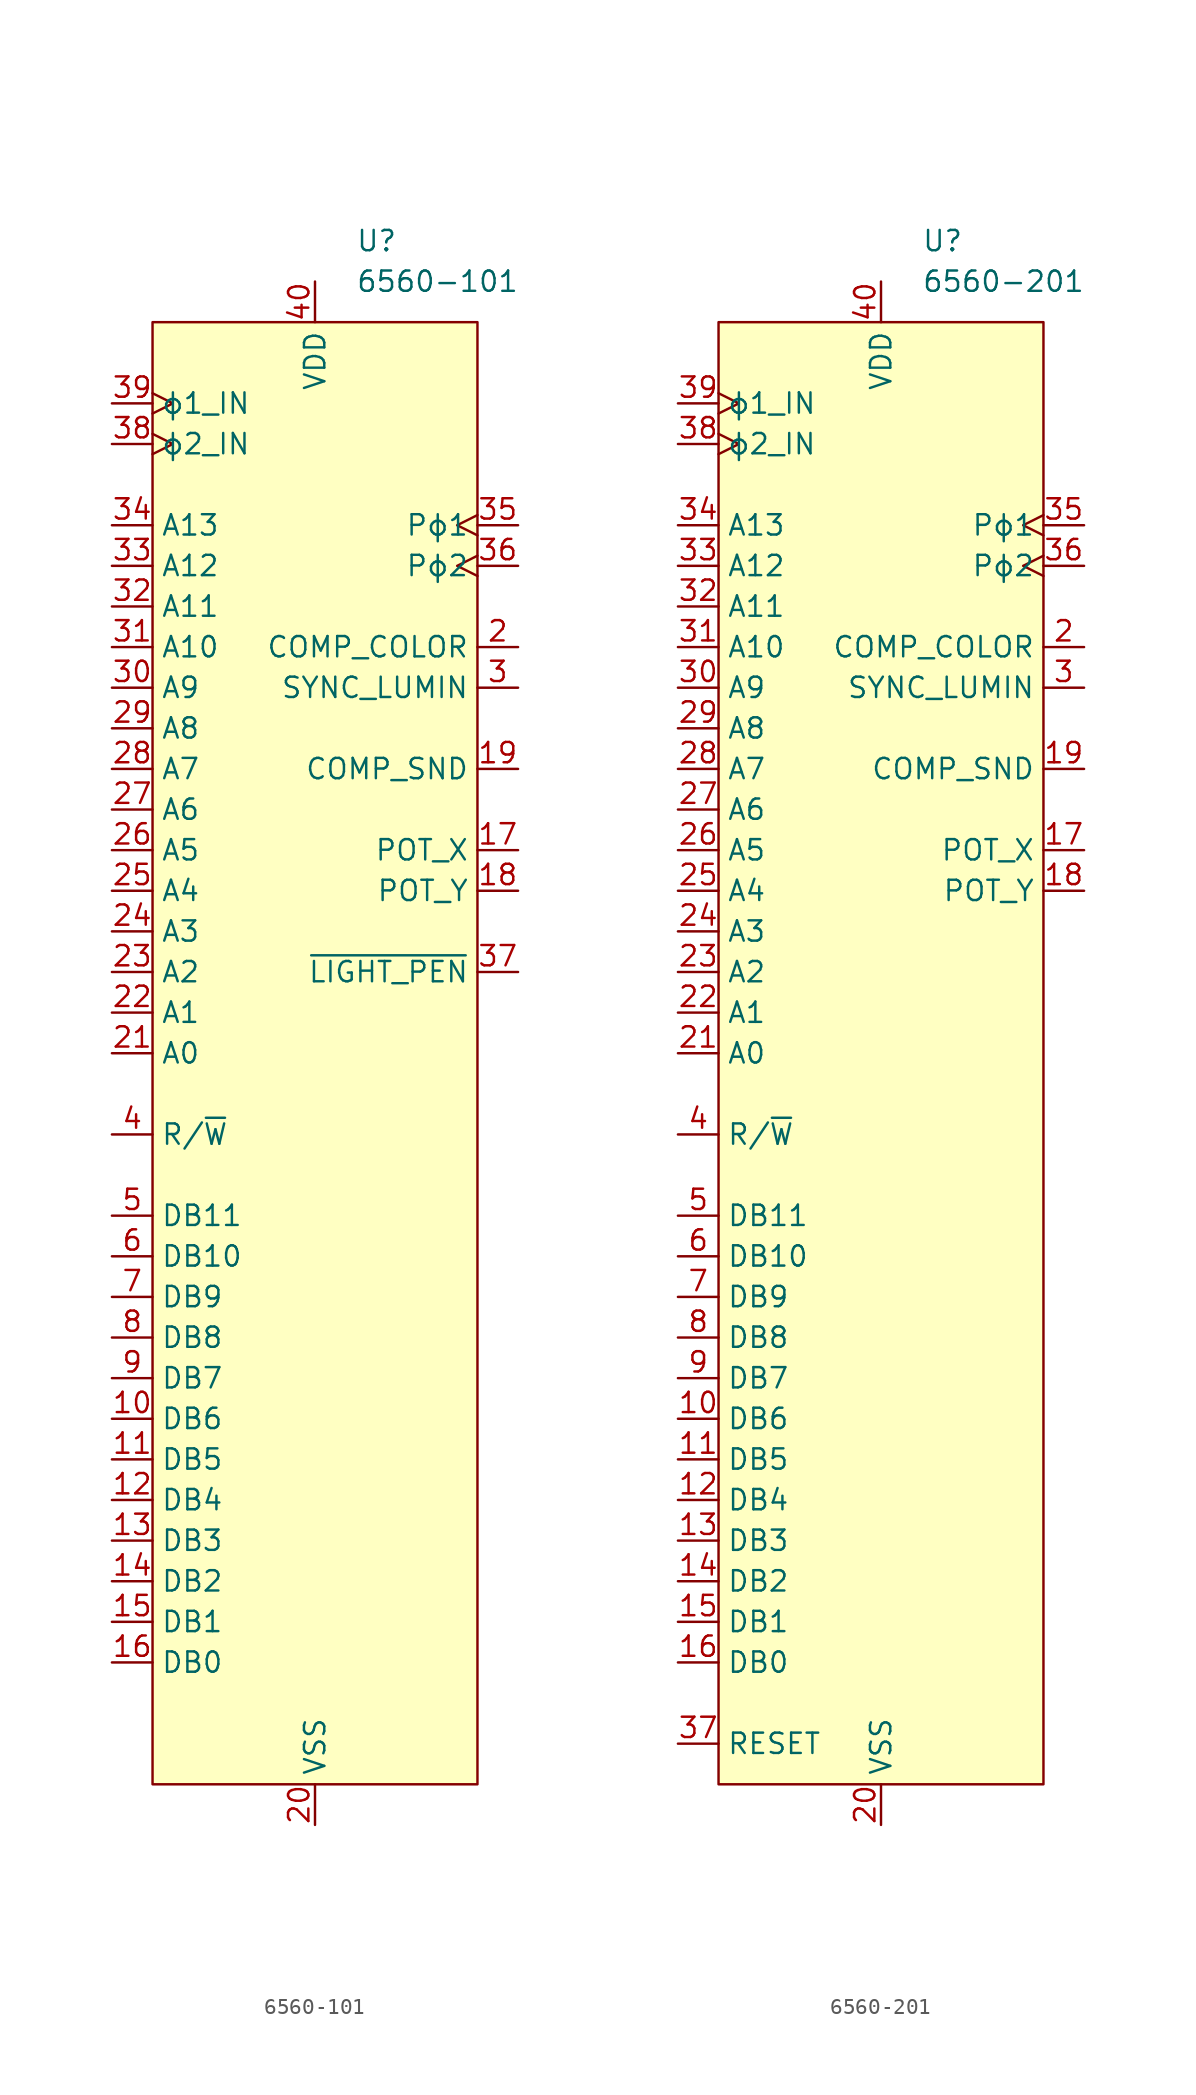
<source format=kicad_sym>
(kicad_symbol_lib
  (version 20220914)
  (generator kicad_symbol_editor)
  (symbol "6560-101"
    (property "Reference" "U"
      (at 2.54 50.8 0)
      (effects (font (size 1.27 1.27)) (justify left)))
    (property "Value" "6560-101"
      (at 2.54 48.26 0)
      (effects (font (size 1.27 1.27)) (justify left)))
    (symbol "6560-101_0_1"
      (rectangle (start -10.16 45.72) (end 10.16 -45.72) (stroke (width 0) (type default)) (fill (type background))))
    (symbol "6560-101_1_1"
      (pin no_connect non_logic (at 10.16 0 180) (length 2.54) hide (name "nc" (effects (font (size 1.27 1.27)))) (number "1" (effects (font (size 1.27 1.27)))))
      (pin bidirectional line (at -12.7 -22.86 0) (length 2.54) (name "DB6" (effects (font (size 1.27 1.27)))) (number "10" (effects (font (size 1.27 1.27)))))
      (pin bidirectional line (at -12.7 -25.4 0) (length 2.54) (name "DB5" (effects (font (size 1.27 1.27)))) (number "11" (effects (font (size 1.27 1.27)))))
      (pin bidirectional line (at -12.7 -27.94 0) (length 2.54) (name "DB4" (effects (font (size 1.27 1.27)))) (number "12" (effects (font (size 1.27 1.27)))))
      (pin bidirectional line (at -12.7 -30.48 0) (length 2.54) (name "DB3" (effects (font (size 1.27 1.27)))) (number "13" (effects (font (size 1.27 1.27)))))
      (pin bidirectional line (at -12.7 -33.02 0) (length 2.54) (name "DB2" (effects (font (size 1.27 1.27)))) (number "14" (effects (font (size 1.27 1.27)))))
      (pin bidirectional line (at -12.7 -35.56 0) (length 2.54) (name "DB1" (effects (font (size 1.27 1.27)))) (number "15" (effects (font (size 1.27 1.27)))))
      (pin bidirectional line (at -12.7 -38.1 0) (length 2.54) (name "DB0" (effects (font (size 1.27 1.27)))) (number "16" (effects (font (size 1.27 1.27)))))
      (pin input line (at 12.7 12.7 180) (length 2.54) (name "POT_X" (effects (font (size 1.27 1.27)))) (number "17" (effects (font (size 1.27 1.27)))))
      (pin input line (at 12.7 10.16 180) (length 2.54) (name "POT_Y" (effects (font (size 1.27 1.27)))) (number "18" (effects (font (size 1.27 1.27)))))
      (pin output line (at 12.7 17.78 180) (length 2.54) (name "COMP_SND" (effects (font (size 1.27 1.27)))) (number "19" (effects (font (size 1.27 1.27)))))
      (pin output line (at 12.7 25.4 180) (length 2.54) (name "COMP_COLOR" (effects (font (size 1.27 1.27)))) (number "2" (effects (font (size 1.27 1.27)))))
      (pin power_in line (at 0 -48.26 90) (length 2.54) (name "VSS" (effects (font (size 1.27 1.27)))) (number "20" (effects (font (size 1.27 1.27)))))
      (pin bidirectional line (at -12.7 0 0) (length 2.54) (name "A0" (effects (font (size 1.27 1.27)))) (number "21" (effects (font (size 1.27 1.27)))))
      (pin bidirectional line (at -12.7 2.54 0) (length 2.54) (name "A1" (effects (font (size 1.27 1.27)))) (number "22" (effects (font (size 1.27 1.27)))))
      (pin bidirectional line (at -12.7 5.08 0) (length 2.54) (name "A2" (effects (font (size 1.27 1.27)))) (number "23" (effects (font (size 1.27 1.27)))))
      (pin bidirectional line (at -12.7 7.62 0) (length 2.54) (name "A3" (effects (font (size 1.27 1.27)))) (number "24" (effects (font (size 1.27 1.27)))))
      (pin bidirectional line (at -12.7 10.16 0) (length 2.54) (name "A4" (effects (font (size 1.27 1.27)))) (number "25" (effects (font (size 1.27 1.27)))))
      (pin bidirectional line (at -12.7 12.7 0) (length 2.54) (name "A5" (effects (font (size 1.27 1.27)))) (number "26" (effects (font (size 1.27 1.27)))))
      (pin bidirectional line (at -12.7 15.24 0) (length 2.54) (name "A6" (effects (font (size 1.27 1.27)))) (number "27" (effects (font (size 1.27 1.27)))))
      (pin bidirectional line (at -12.7 17.78 0) (length 2.54) (name "A7" (effects (font (size 1.27 1.27)))) (number "28" (effects (font (size 1.27 1.27)))))
      (pin bidirectional line (at -12.7 20.32 0) (length 2.54) (name "A8" (effects (font (size 1.27 1.27)))) (number "29" (effects (font (size 1.27 1.27)))))
      (pin output line (at 12.7 22.86 180) (length 2.54) (name "SYNC_LUMIN" (effects (font (size 1.27 1.27)))) (number "3" (effects (font (size 1.27 1.27)))))
      (pin bidirectional line (at -12.7 22.86 0) (length 2.54) (name "A9" (effects (font (size 1.27 1.27)))) (number "30" (effects (font (size 1.27 1.27)))))
      (pin bidirectional line (at -12.7 25.4 0) (length 2.54) (name "A10" (effects (font (size 1.27 1.27)))) (number "31" (effects (font (size 1.27 1.27)))))
      (pin bidirectional line (at -12.7 27.94 0) (length 2.54) (name "A11" (effects (font (size 1.27 1.27)))) (number "32" (effects (font (size 1.27 1.27)))))
      (pin bidirectional line (at -12.7 30.48 0) (length 2.54) (name "A12" (effects (font (size 1.27 1.27)))) (number "33" (effects (font (size 1.27 1.27)))))
      (pin bidirectional line (at -12.7 33.02 0) (length 2.54) (name "A13" (effects (font (size 1.27 1.27)))) (number "34" (effects (font (size 1.27 1.27)))))
      (pin output clock (at 12.7 33.02 180) (length 2.54) (name "Pϕ1" (effects (font (size 1.27 1.27)))) (number "35" (effects (font (size 1.27 1.27)))))
      (pin output clock (at 12.7 30.48 180) (length 2.54) (name "Pϕ2" (effects (font (size 1.27 1.27)))) (number "36" (effects (font (size 1.27 1.27)))))
      (pin input line (at 12.7 5.08 180) (length 2.54) (name "~{LIGHT_PEN}" (effects (font (size 1.27 1.27)))) (number "37" (effects (font (size 1.27 1.27)))))
      (pin input clock (at -12.7 38.1 0) (length 2.54) (name "ϕ2_IN" (effects (font (size 1.27 1.27)))) (number "38" (effects (font (size 1.27 1.27)))))
      (pin input clock (at -12.7 40.64 0) (length 2.54) (name "ϕ1_IN" (effects (font (size 1.27 1.27)))) (number "39" (effects (font (size 1.27 1.27)))))
      (pin input line (at -12.7 -5.08 0) (length 2.54) (name "R/~{W}" (effects (font (size 1.27 1.27)))) (number "4" (effects (font (size 1.27 1.27)))))
      (pin power_in line (at 0 48.26 270) (length 2.54) (name "VDD" (effects (font (size 1.27 1.27)))) (number "40" (effects (font (size 1.27 1.27)))))
      (pin input line (at -12.7 -10.16 0) (length 2.54) (name "DB11" (effects (font (size 1.27 1.27)))) (number "5" (effects (font (size 1.27 1.27)))))
      (pin input line (at -12.7 -12.7 0) (length 2.54) (name "DB10" (effects (font (size 1.27 1.27)))) (number "6" (effects (font (size 1.27 1.27)))))
      (pin input line (at -12.7 -15.24 0) (length 2.54) (name "DB9" (effects (font (size 1.27 1.27)))) (number "7" (effects (font (size 1.27 1.27)))))
      (pin input line (at -12.7 -17.78 0) (length 2.54) (name "DB8" (effects (font (size 1.27 1.27)))) (number "8" (effects (font (size 1.27 1.27)))))
      (pin bidirectional line (at -12.7 -20.32 0) (length 2.54) (name "DB7" (effects (font (size 1.27 1.27)))) (number "9" (effects (font (size 1.27 1.27)))))))
  (symbol "6560-201"
    (property "Reference" "U"
      (at 2.54 50.8 0)
      (effects (font (size 1.27 1.27)) (justify left)))
    (property "Value" "6560-201"
      (at 2.54 48.26 0)
      (effects (font (size 1.27 1.27)) (justify left)))
    (symbol "6560-201_0_1"
      (rectangle (start -10.16 45.72) (end 10.16 -45.72) (stroke (width 0) (type default)) (fill (type background))))
    (symbol "6560-201_1_1"
      (pin no_connect non_logic (at 10.16 0 180) (length 2.54) hide (name "nc" (effects (font (size 1.27 1.27)))) (number "1" (effects (font (size 1.27 1.27)))))
      (pin bidirectional line (at -12.7 -22.86 0) (length 2.54) (name "DB6" (effects (font (size 1.27 1.27)))) (number "10" (effects (font (size 1.27 1.27)))))
      (pin bidirectional line (at -12.7 -25.4 0) (length 2.54) (name "DB5" (effects (font (size 1.27 1.27)))) (number "11" (effects (font (size 1.27 1.27)))))
      (pin bidirectional line (at -12.7 -27.94 0) (length 2.54) (name "DB4" (effects (font (size 1.27 1.27)))) (number "12" (effects (font (size 1.27 1.27)))))
      (pin bidirectional line (at -12.7 -30.48 0) (length 2.54) (name "DB3" (effects (font (size 1.27 1.27)))) (number "13" (effects (font (size 1.27 1.27)))))
      (pin bidirectional line (at -12.7 -33.02 0) (length 2.54) (name "DB2" (effects (font (size 1.27 1.27)))) (number "14" (effects (font (size 1.27 1.27)))))
      (pin bidirectional line (at -12.7 -35.56 0) (length 2.54) (name "DB1" (effects (font (size 1.27 1.27)))) (number "15" (effects (font (size 1.27 1.27)))))
      (pin bidirectional line (at -12.7 -38.1 0) (length 2.54) (name "DB0" (effects (font (size 1.27 1.27)))) (number "16" (effects (font (size 1.27 1.27)))))
      (pin input line (at 12.7 12.7 180) (length 2.54) (name "POT_X" (effects (font (size 1.27 1.27)))) (number "17" (effects (font (size 1.27 1.27)))))
      (pin input line (at 12.7 10.16 180) (length 2.54) (name "POT_Y" (effects (font (size 1.27 1.27)))) (number "18" (effects (font (size 1.27 1.27)))))
      (pin output line (at 12.7 17.78 180) (length 2.54) (name "COMP_SND" (effects (font (size 1.27 1.27)))) (number "19" (effects (font (size 1.27 1.27)))))
      (pin output line (at 12.7 25.4 180) (length 2.54) (name "COMP_COLOR" (effects (font (size 1.27 1.27)))) (number "2" (effects (font (size 1.27 1.27)))))
      (pin power_in line (at 0 -48.26 90) (length 2.54) (name "VSS" (effects (font (size 1.27 1.27)))) (number "20" (effects (font (size 1.27 1.27)))))
      (pin bidirectional line (at -12.7 0 0) (length 2.54) (name "A0" (effects (font (size 1.27 1.27)))) (number "21" (effects (font (size 1.27 1.27)))))
      (pin bidirectional line (at -12.7 2.54 0) (length 2.54) (name "A1" (effects (font (size 1.27 1.27)))) (number "22" (effects (font (size 1.27 1.27)))))
      (pin bidirectional line (at -12.7 5.08 0) (length 2.54) (name "A2" (effects (font (size 1.27 1.27)))) (number "23" (effects (font (size 1.27 1.27)))))
      (pin bidirectional line (at -12.7 7.62 0) (length 2.54) (name "A3" (effects (font (size 1.27 1.27)))) (number "24" (effects (font (size 1.27 1.27)))))
      (pin bidirectional line (at -12.7 10.16 0) (length 2.54) (name "A4" (effects (font (size 1.27 1.27)))) (number "25" (effects (font (size 1.27 1.27)))))
      (pin bidirectional line (at -12.7 12.7 0) (length 2.54) (name "A5" (effects (font (size 1.27 1.27)))) (number "26" (effects (font (size 1.27 1.27)))))
      (pin bidirectional line (at -12.7 15.24 0) (length 2.54) (name "A6" (effects (font (size 1.27 1.27)))) (number "27" (effects (font (size 1.27 1.27)))))
      (pin bidirectional line (at -12.7 17.78 0) (length 2.54) (name "A7" (effects (font (size 1.27 1.27)))) (number "28" (effects (font (size 1.27 1.27)))))
      (pin bidirectional line (at -12.7 20.32 0) (length 2.54) (name "A8" (effects (font (size 1.27 1.27)))) (number "29" (effects (font (size 1.27 1.27)))))
      (pin output line (at 12.7 22.86 180) (length 2.54) (name "SYNC_LUMIN" (effects (font (size 1.27 1.27)))) (number "3" (effects (font (size 1.27 1.27)))))
      (pin bidirectional line (at -12.7 22.86 0) (length 2.54) (name "A9" (effects (font (size 1.27 1.27)))) (number "30" (effects (font (size 1.27 1.27)))))
      (pin bidirectional line (at -12.7 25.4 0) (length 2.54) (name "A10" (effects (font (size 1.27 1.27)))) (number "31" (effects (font (size 1.27 1.27)))))
      (pin bidirectional line (at -12.7 27.94 0) (length 2.54) (name "A11" (effects (font (size 1.27 1.27)))) (number "32" (effects (font (size 1.27 1.27)))))
      (pin bidirectional line (at -12.7 30.48 0) (length 2.54) (name "A12" (effects (font (size 1.27 1.27)))) (number "33" (effects (font (size 1.27 1.27)))))
      (pin bidirectional line (at -12.7 33.02 0) (length 2.54) (name "A13" (effects (font (size 1.27 1.27)))) (number "34" (effects (font (size 1.27 1.27)))))
      (pin output clock (at 12.7 33.02 180) (length 2.54) (name "Pϕ1" (effects (font (size 1.27 1.27)))) (number "35" (effects (font (size 1.27 1.27)))))
      (pin output clock (at 12.7 30.48 180) (length 2.54) (name "Pϕ2" (effects (font (size 1.27 1.27)))) (number "36" (effects (font (size 1.27 1.27)))))
      (pin input line (at -12.7 -43.18 0) (length 2.54) (name "RESET" (effects (font (size 1.27 1.27)))) (number "37" (effects (font (size 1.27 1.27)))))
      (pin input clock (at -12.7 38.1 0) (length 2.54) (name "ϕ2_IN" (effects (font (size 1.27 1.27)))) (number "38" (effects (font (size 1.27 1.27)))))
      (pin input clock (at -12.7 40.64 0) (length 2.54) (name "ϕ1_IN" (effects (font (size 1.27 1.27)))) (number "39" (effects (font (size 1.27 1.27)))))
      (pin input line (at -12.7 -5.08 0) (length 2.54) (name "R/~{W}" (effects (font (size 1.27 1.27)))) (number "4" (effects (font (size 1.27 1.27)))))
      (pin power_in line (at 0 48.26 270) (length 2.54) (name "VDD" (effects (font (size 1.27 1.27)))) (number "40" (effects (font (size 1.27 1.27)))))
      (pin input line (at -12.7 -10.16 0) (length 2.54) (name "DB11" (effects (font (size 1.27 1.27)))) (number "5" (effects (font (size 1.27 1.27)))))
      (pin input line (at -12.7 -12.7 0) (length 2.54) (name "DB10" (effects (font (size 1.27 1.27)))) (number "6" (effects (font (size 1.27 1.27)))))
      (pin input line (at -12.7 -15.24 0) (length 2.54) (name "DB9" (effects (font (size 1.27 1.27)))) (number "7" (effects (font (size 1.27 1.27)))))
      (pin input line (at -12.7 -17.78 0) (length 2.54) (name "DB8" (effects (font (size 1.27 1.27)))) (number "8" (effects (font (size 1.27 1.27)))))
      (pin bidirectional line (at -12.7 -20.32 0) (length 2.54) (name "DB7" (effects (font (size 1.27 1.27)))) (number "9" (effects (font (size 1.27 1.27))))))))
</source>
